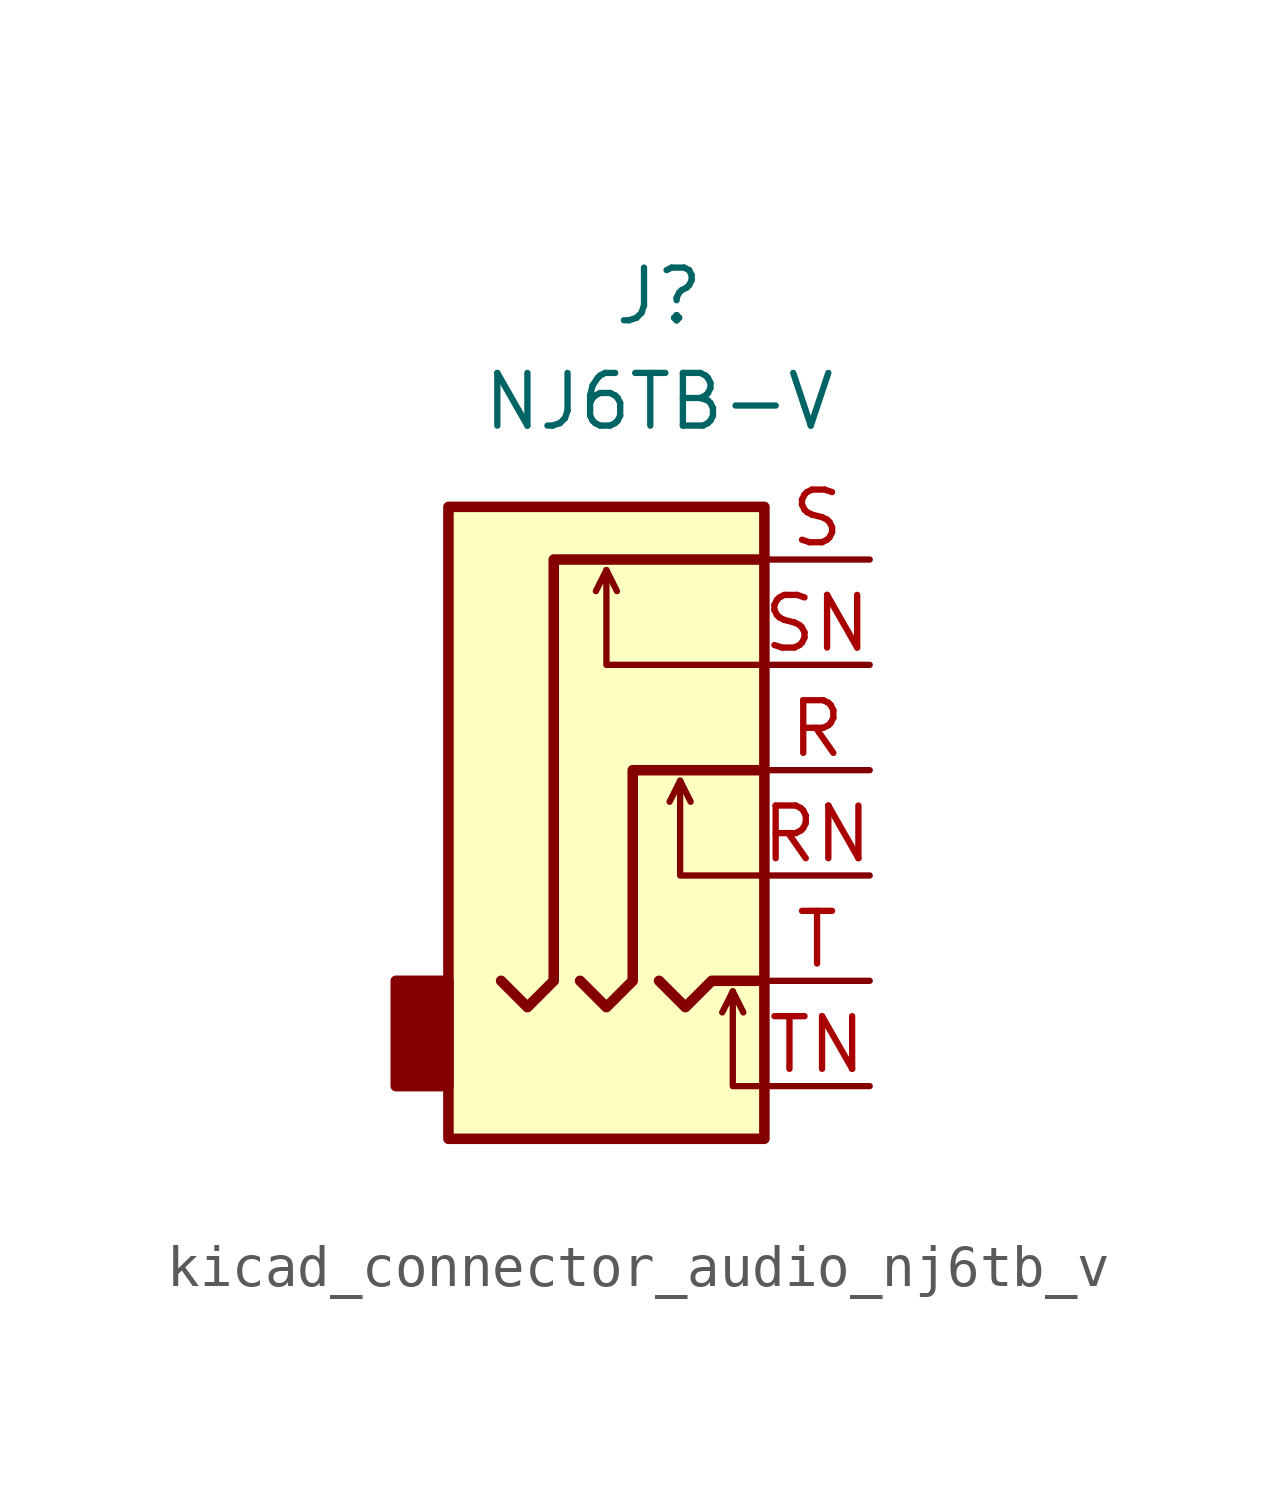
<source format=kicad_sym>
(kicad_symbol_lib
  (version 20220914)
  (generator kicad_symbol_editor)
  (symbol "kicad_connector_audio_nj6tb_v"
    (property "Reference" "J"
      (at 0 11.43 0)
      (effects (font (size 1.27 1.27))))
    (property "Value" "NJ6TB-V"
      (at 0 8.89 0)
      (effects (font (size 1.27 1.27))))
    (symbol "kicad_connector_audio_nj6tb_v_0_1"
      (rectangle (start -5.08 -5.08) (end -6.35 -7.62) (stroke (width 0.254) (type default)) (fill (type outline)))
      (polyline (pts (xy -1.27 4.826) (xy -1.016 4.318)) (stroke (width 0) (type default)) (fill (type none)))
      (polyline (pts (xy 0.508 -0.254) (xy 0.762 -0.762)) (stroke (width 0) (type default)) (fill (type none)))
      (polyline (pts (xy 1.778 -5.334) (xy 2.032 -5.842)) (stroke (width 0) (type default)) (fill (type none)))
      (polyline (pts (xy 0 -5.08) (xy 0.635 -5.715) (xy 1.27 -5.08) (xy 2.54 -5.08)) (stroke (width 0.254) (type default)) (fill (type none)))
      (polyline (pts (xy 2.54 -7.62) (xy 1.778 -7.62) (xy 1.778 -5.334) (xy 1.524 -5.842)) (stroke (width 0) (type default)) (fill (type none)))
      (polyline (pts (xy 2.54 -2.54) (xy 0.508 -2.54) (xy 0.508 -0.254) (xy 0.254 -0.762)) (stroke (width 0) (type default)) (fill (type none)))
      (polyline (pts (xy 2.54 2.54) (xy -1.27 2.54) (xy -1.27 4.826) (xy -1.524 4.318)) (stroke (width 0) (type default)) (fill (type none)))
      (polyline (pts (xy -1.905 -5.08) (xy -1.27 -5.715) (xy -0.635 -5.08) (xy -0.635 0) (xy 2.54 0)) (stroke (width 0.254) (type default)) (fill (type none)))
      (polyline (pts (xy 2.54 5.08) (xy -2.54 5.08) (xy -2.54 -5.08) (xy -3.175 -5.715) (xy -3.81 -5.08)) (stroke (width 0.254) (type default)) (fill (type none)))
      (rectangle (start 2.54 6.35) (end -5.08 -8.89) (stroke (width 0.254) (type default)) (fill (type background))))
    (symbol "kicad_connector_audio_nj6tb_v_1_1"
      (pin passive line (at 5.08 0 180) (length 2.54) (name "~" (effects (font (size 1.27 1.27)))) (number "R" (effects (font (size 1.27 1.27)))))
      (pin passive line (at 5.08 -2.54 180) (length 2.54) (name "~" (effects (font (size 1.27 1.27)))) (number "RN" (effects (font (size 1.27 1.27)))))
      (pin passive line (at 5.08 5.08 180) (length 2.54) (name "~" (effects (font (size 1.27 1.27)))) (number "S" (effects (font (size 1.27 1.27)))))
      (pin passive line (at 5.08 2.54 180) (length 2.54) (name "~" (effects (font (size 1.27 1.27)))) (number "SN" (effects (font (size 1.27 1.27)))))
      (pin passive line (at 5.08 -5.08 180) (length 2.54) (name "~" (effects (font (size 1.27 1.27)))) (number "T" (effects (font (size 1.27 1.27)))))
      (pin passive line (at 5.08 -7.62 180) (length 2.54) (name "~" (effects (font (size 1.27 1.27)))) (number "TN" (effects (font (size 1.27 1.27))))))))
</source>
